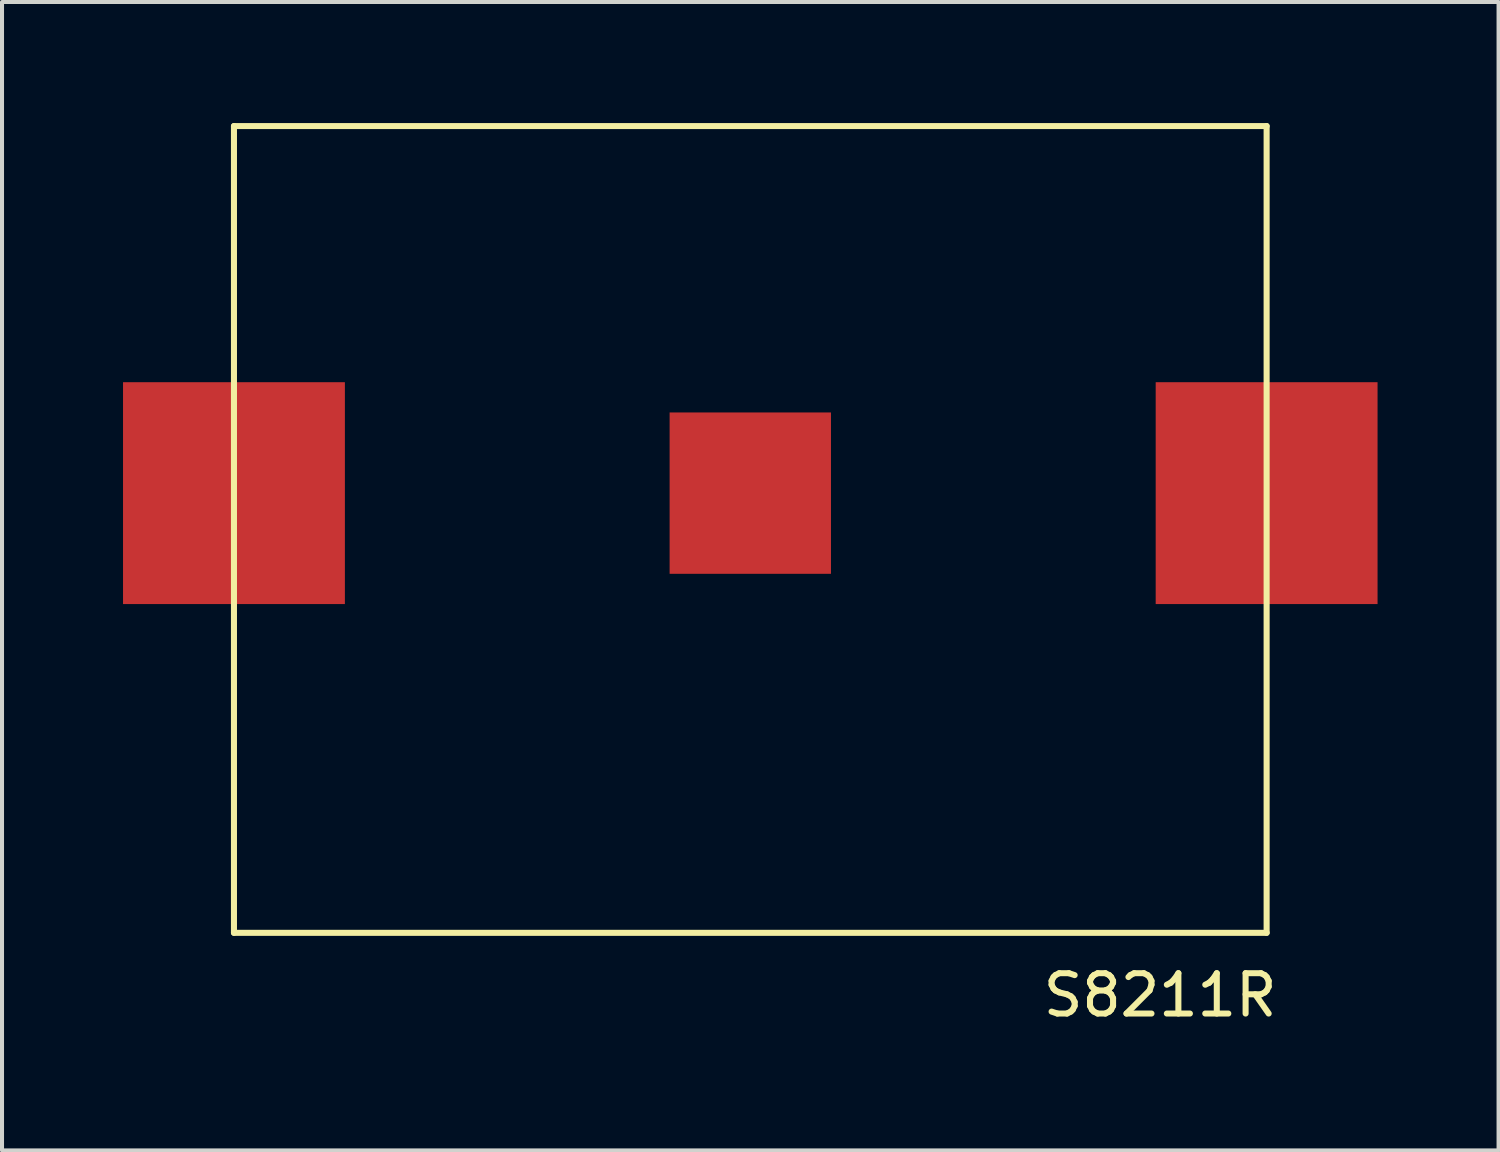
<source format=kicad_pcb>
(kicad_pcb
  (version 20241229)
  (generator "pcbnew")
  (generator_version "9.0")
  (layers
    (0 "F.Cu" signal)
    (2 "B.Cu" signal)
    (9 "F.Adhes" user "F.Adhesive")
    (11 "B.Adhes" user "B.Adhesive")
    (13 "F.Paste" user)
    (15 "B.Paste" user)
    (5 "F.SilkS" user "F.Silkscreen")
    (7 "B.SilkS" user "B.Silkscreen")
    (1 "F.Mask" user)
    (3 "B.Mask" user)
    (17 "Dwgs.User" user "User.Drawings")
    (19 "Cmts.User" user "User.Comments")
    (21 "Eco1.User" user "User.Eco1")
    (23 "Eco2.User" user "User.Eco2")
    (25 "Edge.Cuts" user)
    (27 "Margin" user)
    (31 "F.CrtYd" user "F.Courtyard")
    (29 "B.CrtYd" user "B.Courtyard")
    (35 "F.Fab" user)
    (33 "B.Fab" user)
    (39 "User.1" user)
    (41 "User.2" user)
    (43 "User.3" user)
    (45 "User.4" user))
  (footprint "S8211R"
    (layer "F.Cu")
    (at 15.55 9.175)
    (property "Reference" "S8211R" (at 10.16 12.446 0) (layer "F.SilkS") (effects (font (size 1 1) (thickness 0.15))))
    (attr through_hole)
    (fp_line (start -12.8 -9.1) (end 12.8 -9.1) (stroke (width 0.15) (type solid)) (layer "F.SilkS"))
    (fp_line (start -12.8 10.9) (end -12.8 -9.1) (stroke (width 0.15) (type solid)) (layer "F.SilkS"))
    (fp_line (start 12.8 -9.1) (end 12.8 10.9) (stroke (width 0.15) (type solid)) (layer "F.SilkS"))
    (fp_line (start 12.8 10.9) (end -12.8 10.9) (stroke (width 0.15) (type solid)) (layer "F.SilkS"))
    (pad "1" smd rect (at -12.8 0) (size 5.5 5.5) (layers "F.Cu" "F.Mask" "F.Paste"))
    (pad "1" smd rect (at 12.8 0) (size 5.5 5.5) (layers "F.Cu" "F.Mask" "F.Paste"))
    (pad "2" smd rect (at 0 0) (size 4 4) (layers "F.Cu" "F.Mask" "F.Paste")))
  (gr_rect
    (start -3 -3)
    (end 34.1 25.469)
    (stroke (width 0.1) (type default))
    (fill no)
    (layer "Edge.Cuts")))
</source>
